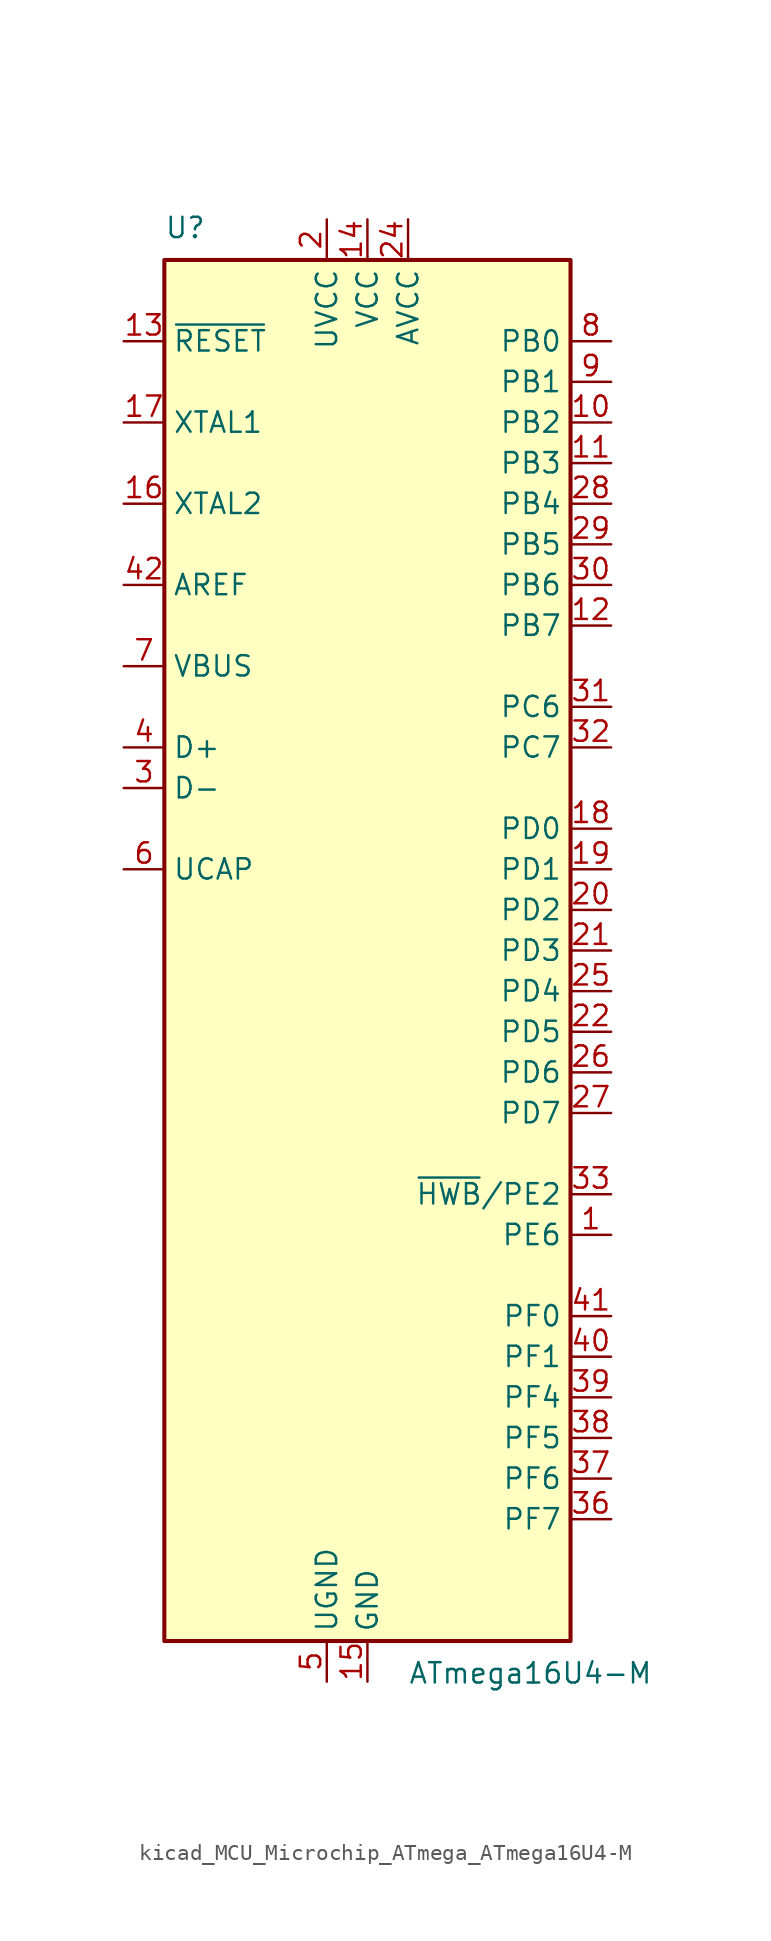
<source format=kicad_sym>
(kicad_symbol_lib
  (version 20220914)
  (generator kicad_symbol_editor)
  (symbol "kicad_MCU_Microchip_ATmega_ATmega16U4-M"
    (property "Reference" "U"
      (at -12.7 44.45 0)
      (effects (font (size 1.27 1.27)) (justify left bottom)))
    (property "Value" "ATmega16U4-M"
      (at 2.54 -44.45 0)
      (effects (font (size 1.27 1.27)) (justify left top)))
    (symbol "kicad_MCU_Microchip_ATmega_ATmega16U4-M_0_1"
      (rectangle (start -12.7 -43.18) (end 12.7 43.18) (stroke (width 0.254) (type default)) (fill (type background))))
    (symbol "kicad_MCU_Microchip_ATmega_ATmega16U4-M_1_1"
      (pin bidirectional line (at 15.24 -17.78 180) (length 2.54) (name "PE6" (effects (font (size 1.27 1.27)))) (number "1" (effects (font (size 1.27 1.27)))))
      (pin bidirectional line (at 15.24 33.02 180) (length 2.54) (name "PB2" (effects (font (size 1.27 1.27)))) (number "10" (effects (font (size 1.27 1.27)))))
      (pin bidirectional line (at 15.24 30.48 180) (length 2.54) (name "PB3" (effects (font (size 1.27 1.27)))) (number "11" (effects (font (size 1.27 1.27)))))
      (pin bidirectional line (at 15.24 20.32 180) (length 2.54) (name "PB7" (effects (font (size 1.27 1.27)))) (number "12" (effects (font (size 1.27 1.27)))))
      (pin input line (at -15.24 38.1 0) (length 2.54) (name "~{RESET}" (effects (font (size 1.27 1.27)))) (number "13" (effects (font (size 1.27 1.27)))))
      (pin power_in line (at 0 45.72 270) (length 2.54) (name "VCC" (effects (font (size 1.27 1.27)))) (number "14" (effects (font (size 1.27 1.27)))))
      (pin power_in line (at 0 -45.72 90) (length 2.54) (name "GND" (effects (font (size 1.27 1.27)))) (number "15" (effects (font (size 1.27 1.27)))))
      (pin output line (at -15.24 27.94 0) (length 2.54) (name "XTAL2" (effects (font (size 1.27 1.27)))) (number "16" (effects (font (size 1.27 1.27)))))
      (pin input line (at -15.24 33.02 0) (length 2.54) (name "XTAL1" (effects (font (size 1.27 1.27)))) (number "17" (effects (font (size 1.27 1.27)))))
      (pin bidirectional line (at 15.24 7.62 180) (length 2.54) (name "PD0" (effects (font (size 1.27 1.27)))) (number "18" (effects (font (size 1.27 1.27)))))
      (pin bidirectional line (at 15.24 5.08 180) (length 2.54) (name "PD1" (effects (font (size 1.27 1.27)))) (number "19" (effects (font (size 1.27 1.27)))))
      (pin power_in line (at -2.54 45.72 270) (length 2.54) (name "UVCC" (effects (font (size 1.27 1.27)))) (number "2" (effects (font (size 1.27 1.27)))))
      (pin bidirectional line (at 15.24 2.54 180) (length 2.54) (name "PD2" (effects (font (size 1.27 1.27)))) (number "20" (effects (font (size 1.27 1.27)))))
      (pin bidirectional line (at 15.24 0 180) (length 2.54) (name "PD3" (effects (font (size 1.27 1.27)))) (number "21" (effects (font (size 1.27 1.27)))))
      (pin bidirectional line (at 15.24 -5.08 180) (length 2.54) (name "PD5" (effects (font (size 1.27 1.27)))) (number "22" (effects (font (size 1.27 1.27)))))
      (pin passive line (at 0 -45.72 90) (length 2.54) hide (name "GND" (effects (font (size 1.27 1.27)))) (number "23" (effects (font (size 1.27 1.27)))))
      (pin power_in line (at 2.54 45.72 270) (length 2.54) (name "AVCC" (effects (font (size 1.27 1.27)))) (number "24" (effects (font (size 1.27 1.27)))))
      (pin bidirectional line (at 15.24 -2.54 180) (length 2.54) (name "PD4" (effects (font (size 1.27 1.27)))) (number "25" (effects (font (size 1.27 1.27)))))
      (pin bidirectional line (at 15.24 -7.62 180) (length 2.54) (name "PD6" (effects (font (size 1.27 1.27)))) (number "26" (effects (font (size 1.27 1.27)))))
      (pin bidirectional line (at 15.24 -10.16 180) (length 2.54) (name "PD7" (effects (font (size 1.27 1.27)))) (number "27" (effects (font (size 1.27 1.27)))))
      (pin bidirectional line (at 15.24 27.94 180) (length 2.54) (name "PB4" (effects (font (size 1.27 1.27)))) (number "28" (effects (font (size 1.27 1.27)))))
      (pin bidirectional line (at 15.24 25.4 180) (length 2.54) (name "PB5" (effects (font (size 1.27 1.27)))) (number "29" (effects (font (size 1.27 1.27)))))
      (pin bidirectional line (at -15.24 10.16 0) (length 2.54) (name "D-" (effects (font (size 1.27 1.27)))) (number "3" (effects (font (size 1.27 1.27)))))
      (pin bidirectional line (at 15.24 22.86 180) (length 2.54) (name "PB6" (effects (font (size 1.27 1.27)))) (number "30" (effects (font (size 1.27 1.27)))))
      (pin bidirectional line (at 15.24 15.24 180) (length 2.54) (name "PC6" (effects (font (size 1.27 1.27)))) (number "31" (effects (font (size 1.27 1.27)))))
      (pin bidirectional line (at 15.24 12.7 180) (length 2.54) (name "PC7" (effects (font (size 1.27 1.27)))) (number "32" (effects (font (size 1.27 1.27)))))
      (pin bidirectional line (at 15.24 -15.24 180) (length 2.54) (name "~{HWB}/PE2" (effects (font (size 1.27 1.27)))) (number "33" (effects (font (size 1.27 1.27)))))
      (pin passive line (at 0 45.72 270) (length 2.54) hide (name "VCC" (effects (font (size 1.27 1.27)))) (number "34" (effects (font (size 1.27 1.27)))))
      (pin passive line (at 0 -45.72 90) (length 2.54) hide (name "GND" (effects (font (size 1.27 1.27)))) (number "35" (effects (font (size 1.27 1.27)))))
      (pin bidirectional line (at 15.24 -35.56 180) (length 2.54) (name "PF7" (effects (font (size 1.27 1.27)))) (number "36" (effects (font (size 1.27 1.27)))))
      (pin bidirectional line (at 15.24 -33.02 180) (length 2.54) (name "PF6" (effects (font (size 1.27 1.27)))) (number "37" (effects (font (size 1.27 1.27)))))
      (pin bidirectional line (at 15.24 -30.48 180) (length 2.54) (name "PF5" (effects (font (size 1.27 1.27)))) (number "38" (effects (font (size 1.27 1.27)))))
      (pin bidirectional line (at 15.24 -27.94 180) (length 2.54) (name "PF4" (effects (font (size 1.27 1.27)))) (number "39" (effects (font (size 1.27 1.27)))))
      (pin bidirectional line (at -15.24 12.7 0) (length 2.54) (name "D+" (effects (font (size 1.27 1.27)))) (number "4" (effects (font (size 1.27 1.27)))))
      (pin bidirectional line (at 15.24 -25.4 180) (length 2.54) (name "PF1" (effects (font (size 1.27 1.27)))) (number "40" (effects (font (size 1.27 1.27)))))
      (pin bidirectional line (at 15.24 -22.86 180) (length 2.54) (name "PF0" (effects (font (size 1.27 1.27)))) (number "41" (effects (font (size 1.27 1.27)))))
      (pin passive line (at -15.24 22.86 0) (length 2.54) (name "AREF" (effects (font (size 1.27 1.27)))) (number "42" (effects (font (size 1.27 1.27)))))
      (pin passive line (at 0 -45.72 90) (length 2.54) hide (name "GND" (effects (font (size 1.27 1.27)))) (number "43" (effects (font (size 1.27 1.27)))))
      (pin passive line (at 2.54 45.72 270) (length 2.54) hide (name "AVCC" (effects (font (size 1.27 1.27)))) (number "44" (effects (font (size 1.27 1.27)))))
      (pin passive line (at 0 -45.72 90) (length 2.54) hide (name "GND" (effects (font (size 1.27 1.27)))) (number "45" (effects (font (size 1.27 1.27)))))
      (pin passive line (at -2.54 -45.72 90) (length 2.54) (name "UGND" (effects (font (size 1.27 1.27)))) (number "5" (effects (font (size 1.27 1.27)))))
      (pin passive line (at -15.24 5.08 0) (length 2.54) (name "UCAP" (effects (font (size 1.27 1.27)))) (number "6" (effects (font (size 1.27 1.27)))))
      (pin input line (at -15.24 17.78 0) (length 2.54) (name "VBUS" (effects (font (size 1.27 1.27)))) (number "7" (effects (font (size 1.27 1.27)))))
      (pin bidirectional line (at 15.24 38.1 180) (length 2.54) (name "PB0" (effects (font (size 1.27 1.27)))) (number "8" (effects (font (size 1.27 1.27)))))
      (pin bidirectional line (at 15.24 35.56 180) (length 2.54) (name "PB1" (effects (font (size 1.27 1.27)))) (number "9" (effects (font (size 1.27 1.27))))))))
</source>
